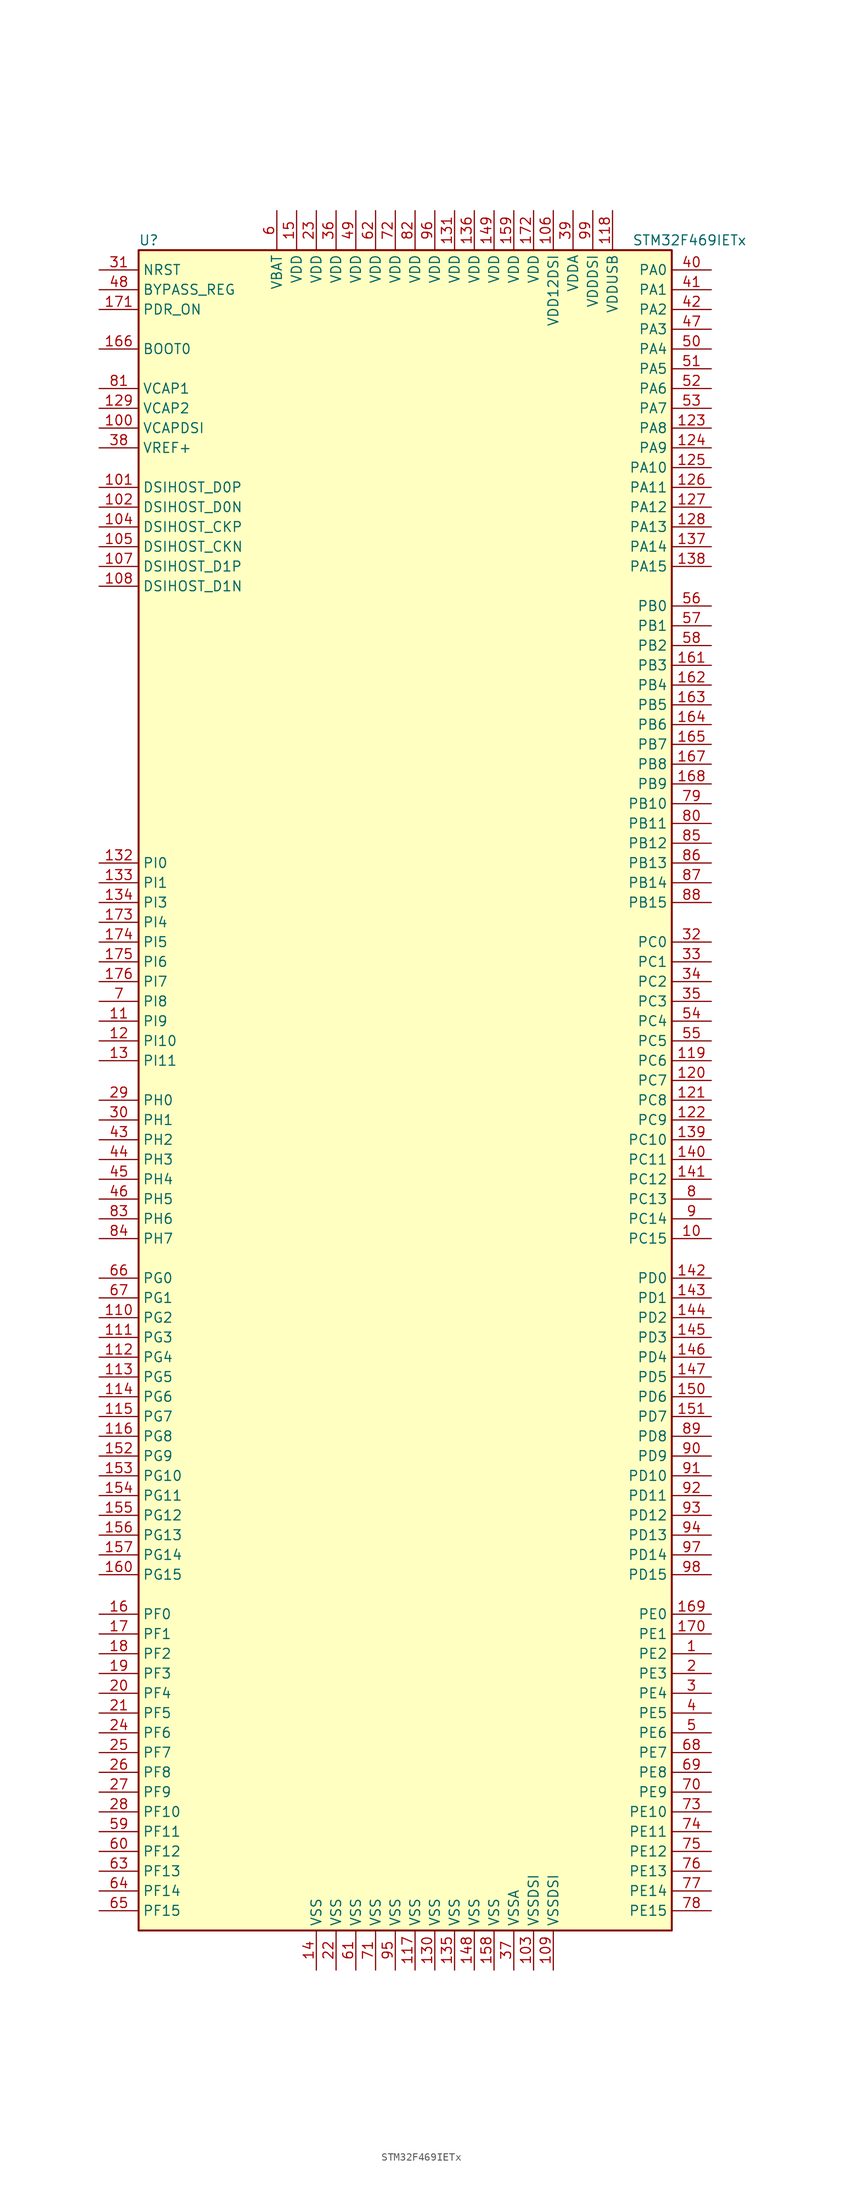
<source format=kicad_sym>
(kicad_symbol_lib
  (version 20201005)
  (generator kicad_symbol_editor)
  (symbol "STM32F469IETx"
    (property "Reference" "U"
      (at -35.56 107.95 0)
      (effects (font (size 1.27 1.27)) (justify left)))
    (property "Value" "STM32F469IETx"
      (at 27.94 107.95 0)
      (effects (font (size 1.27 1.27)) (justify left)))
    (symbol "STM32F469IETx_0_1"
      (rectangle (start -35.56 -109.22) (end 33.02 106.68) (stroke (width 0.254)) (fill (type background))))
    (symbol "STM32F469IETx_1_1"
      (pin bidirectional line (at 38.1 -73.66 180) (length 5.08) (name "PE2" (effects (font (size 1.27 1.27)))) (number "1" (effects (font (size 1.27 1.27)))))
      (pin bidirectional line (at 38.1 -20.32 180) (length 5.08) (name "PC15" (effects (font (size 1.27 1.27)))) (number "10" (effects (font (size 1.27 1.27)))))
      (pin power_in line (at -40.64 83.82 0) (length 5.08) (name "VCAPDSI" (effects (font (size 1.27 1.27)))) (number "100" (effects (font (size 1.27 1.27)))))
      (pin bidirectional line (at -40.64 76.2 0) (length 5.08) (name "DSIHOST_D0P" (effects (font (size 1.27 1.27)))) (number "101" (effects (font (size 1.27 1.27)))))
      (pin bidirectional line (at -40.64 73.66 0) (length 5.08) (name "DSIHOST_D0N" (effects (font (size 1.27 1.27)))) (number "102" (effects (font (size 1.27 1.27)))))
      (pin power_in line (at 15.24 -114.3 90) (length 5.08) (name "VSSDSI" (effects (font (size 1.27 1.27)))) (number "103" (effects (font (size 1.27 1.27)))))
      (pin bidirectional line (at -40.64 71.12 0) (length 5.08) (name "DSIHOST_CKP" (effects (font (size 1.27 1.27)))) (number "104" (effects (font (size 1.27 1.27)))))
      (pin bidirectional line (at -40.64 68.58 0) (length 5.08) (name "DSIHOST_CKN" (effects (font (size 1.27 1.27)))) (number "105" (effects (font (size 1.27 1.27)))))
      (pin power_in line (at 17.78 111.76 270) (length 5.08) (name "VDD12DSI" (effects (font (size 1.27 1.27)))) (number "106" (effects (font (size 1.27 1.27)))))
      (pin bidirectional line (at -40.64 66.04 0) (length 5.08) (name "DSIHOST_D1P" (effects (font (size 1.27 1.27)))) (number "107" (effects (font (size 1.27 1.27)))))
      (pin bidirectional line (at -40.64 63.5 0) (length 5.08) (name "DSIHOST_D1N" (effects (font (size 1.27 1.27)))) (number "108" (effects (font (size 1.27 1.27)))))
      (pin power_in line (at 17.78 -114.3 90) (length 5.08) (name "VSSDSI" (effects (font (size 1.27 1.27)))) (number "109" (effects (font (size 1.27 1.27)))))
      (pin bidirectional line (at -40.64 7.62 0) (length 5.08) (name "PI9" (effects (font (size 1.27 1.27)))) (number "11" (effects (font (size 1.27 1.27)))))
      (pin bidirectional line (at -40.64 -30.48 0) (length 5.08) (name "PG2" (effects (font (size 1.27 1.27)))) (number "110" (effects (font (size 1.27 1.27)))))
      (pin bidirectional line (at -40.64 -33.02 0) (length 5.08) (name "PG3" (effects (font (size 1.27 1.27)))) (number "111" (effects (font (size 1.27 1.27)))))
      (pin bidirectional line (at -40.64 -35.56 0) (length 5.08) (name "PG4" (effects (font (size 1.27 1.27)))) (number "112" (effects (font (size 1.27 1.27)))))
      (pin bidirectional line (at -40.64 -38.1 0) (length 5.08) (name "PG5" (effects (font (size 1.27 1.27)))) (number "113" (effects (font (size 1.27 1.27)))))
      (pin bidirectional line (at -40.64 -40.64 0) (length 5.08) (name "PG6" (effects (font (size 1.27 1.27)))) (number "114" (effects (font (size 1.27 1.27)))))
      (pin bidirectional line (at -40.64 -43.18 0) (length 5.08) (name "PG7" (effects (font (size 1.27 1.27)))) (number "115" (effects (font (size 1.27 1.27)))))
      (pin bidirectional line (at -40.64 -45.72 0) (length 5.08) (name "PG8" (effects (font (size 1.27 1.27)))) (number "116" (effects (font (size 1.27 1.27)))))
      (pin power_in line (at 0 -114.3 90) (length 5.08) (name "VSS" (effects (font (size 1.27 1.27)))) (number "117" (effects (font (size 1.27 1.27)))))
      (pin power_in line (at 25.4 111.76 270) (length 5.08) (name "VDDUSB" (effects (font (size 1.27 1.27)))) (number "118" (effects (font (size 1.27 1.27)))))
      (pin bidirectional line (at 38.1 2.54 180) (length 5.08) (name "PC6" (effects (font (size 1.27 1.27)))) (number "119" (effects (font (size 1.27 1.27)))))
      (pin bidirectional line (at -40.64 5.08 0) (length 5.08) (name "PI10" (effects (font (size 1.27 1.27)))) (number "12" (effects (font (size 1.27 1.27)))))
      (pin bidirectional line (at 38.1 0 180) (length 5.08) (name "PC7" (effects (font (size 1.27 1.27)))) (number "120" (effects (font (size 1.27 1.27)))))
      (pin bidirectional line (at 38.1 -2.54 180) (length 5.08) (name "PC8" (effects (font (size 1.27 1.27)))) (number "121" (effects (font (size 1.27 1.27)))))
      (pin bidirectional line (at 38.1 -5.08 180) (length 5.08) (name "PC9" (effects (font (size 1.27 1.27)))) (number "122" (effects (font (size 1.27 1.27)))))
      (pin bidirectional line (at 38.1 83.82 180) (length 5.08) (name "PA8" (effects (font (size 1.27 1.27)))) (number "123" (effects (font (size 1.27 1.27)))))
      (pin bidirectional line (at 38.1 81.28 180) (length 5.08) (name "PA9" (effects (font (size 1.27 1.27)))) (number "124" (effects (font (size 1.27 1.27)))))
      (pin bidirectional line (at 38.1 78.74 180) (length 5.08) (name "PA10" (effects (font (size 1.27 1.27)))) (number "125" (effects (font (size 1.27 1.27)))))
      (pin bidirectional line (at 38.1 76.2 180) (length 5.08) (name "PA11" (effects (font (size 1.27 1.27)))) (number "126" (effects (font (size 1.27 1.27)))))
      (pin bidirectional line (at 38.1 73.66 180) (length 5.08) (name "PA12" (effects (font (size 1.27 1.27)))) (number "127" (effects (font (size 1.27 1.27)))))
      (pin bidirectional line (at 38.1 71.12 180) (length 5.08) (name "PA13" (effects (font (size 1.27 1.27)))) (number "128" (effects (font (size 1.27 1.27)))))
      (pin power_in line (at -40.64 86.36 0) (length 5.08) (name "VCAP2" (effects (font (size 1.27 1.27)))) (number "129" (effects (font (size 1.27 1.27)))))
      (pin bidirectional line (at -40.64 2.54 0) (length 5.08) (name "PI11" (effects (font (size 1.27 1.27)))) (number "13" (effects (font (size 1.27 1.27)))))
      (pin power_in line (at 2.54 -114.3 90) (length 5.08) (name "VSS" (effects (font (size 1.27 1.27)))) (number "130" (effects (font (size 1.27 1.27)))))
      (pin power_in line (at 5.08 111.76 270) (length 5.08) (name "VDD" (effects (font (size 1.27 1.27)))) (number "131" (effects (font (size 1.27 1.27)))))
      (pin bidirectional line (at -40.64 27.94 0) (length 5.08) (name "PI0" (effects (font (size 1.27 1.27)))) (number "132" (effects (font (size 1.27 1.27)))))
      (pin bidirectional line (at -40.64 25.4 0) (length 5.08) (name "PI1" (effects (font (size 1.27 1.27)))) (number "133" (effects (font (size 1.27 1.27)))))
      (pin bidirectional line (at -40.64 22.86 0) (length 5.08) (name "PI3" (effects (font (size 1.27 1.27)))) (number "134" (effects (font (size 1.27 1.27)))))
      (pin power_in line (at 5.08 -114.3 90) (length 5.08) (name "VSS" (effects (font (size 1.27 1.27)))) (number "135" (effects (font (size 1.27 1.27)))))
      (pin power_in line (at 7.62 111.76 270) (length 5.08) (name "VDD" (effects (font (size 1.27 1.27)))) (number "136" (effects (font (size 1.27 1.27)))))
      (pin bidirectional line (at 38.1 68.58 180) (length 5.08) (name "PA14" (effects (font (size 1.27 1.27)))) (number "137" (effects (font (size 1.27 1.27)))))
      (pin bidirectional line (at 38.1 66.04 180) (length 5.08) (name "PA15" (effects (font (size 1.27 1.27)))) (number "138" (effects (font (size 1.27 1.27)))))
      (pin bidirectional line (at 38.1 -7.62 180) (length 5.08) (name "PC10" (effects (font (size 1.27 1.27)))) (number "139" (effects (font (size 1.27 1.27)))))
      (pin power_in line (at -12.7 -114.3 90) (length 5.08) (name "VSS" (effects (font (size 1.27 1.27)))) (number "14" (effects (font (size 1.27 1.27)))))
      (pin bidirectional line (at 38.1 -10.16 180) (length 5.08) (name "PC11" (effects (font (size 1.27 1.27)))) (number "140" (effects (font (size 1.27 1.27)))))
      (pin bidirectional line (at 38.1 -12.7 180) (length 5.08) (name "PC12" (effects (font (size 1.27 1.27)))) (number "141" (effects (font (size 1.27 1.27)))))
      (pin bidirectional line (at 38.1 -25.4 180) (length 5.08) (name "PD0" (effects (font (size 1.27 1.27)))) (number "142" (effects (font (size 1.27 1.27)))))
      (pin bidirectional line (at 38.1 -27.94 180) (length 5.08) (name "PD1" (effects (font (size 1.27 1.27)))) (number "143" (effects (font (size 1.27 1.27)))))
      (pin bidirectional line (at 38.1 -30.48 180) (length 5.08) (name "PD2" (effects (font (size 1.27 1.27)))) (number "144" (effects (font (size 1.27 1.27)))))
      (pin bidirectional line (at 38.1 -33.02 180) (length 5.08) (name "PD3" (effects (font (size 1.27 1.27)))) (number "145" (effects (font (size 1.27 1.27)))))
      (pin bidirectional line (at 38.1 -35.56 180) (length 5.08) (name "PD4" (effects (font (size 1.27 1.27)))) (number "146" (effects (font (size 1.27 1.27)))))
      (pin bidirectional line (at 38.1 -38.1 180) (length 5.08) (name "PD5" (effects (font (size 1.27 1.27)))) (number "147" (effects (font (size 1.27 1.27)))))
      (pin power_in line (at 7.62 -114.3 90) (length 5.08) (name "VSS" (effects (font (size 1.27 1.27)))) (number "148" (effects (font (size 1.27 1.27)))))
      (pin power_in line (at 10.16 111.76 270) (length 5.08) (name "VDD" (effects (font (size 1.27 1.27)))) (number "149" (effects (font (size 1.27 1.27)))))
      (pin power_in line (at -15.24 111.76 270) (length 5.08) (name "VDD" (effects (font (size 1.27 1.27)))) (number "15" (effects (font (size 1.27 1.27)))))
      (pin bidirectional line (at 38.1 -40.64 180) (length 5.08) (name "PD6" (effects (font (size 1.27 1.27)))) (number "150" (effects (font (size 1.27 1.27)))))
      (pin bidirectional line (at 38.1 -43.18 180) (length 5.08) (name "PD7" (effects (font (size 1.27 1.27)))) (number "151" (effects (font (size 1.27 1.27)))))
      (pin bidirectional line (at -40.64 -48.26 0) (length 5.08) (name "PG9" (effects (font (size 1.27 1.27)))) (number "152" (effects (font (size 1.27 1.27)))))
      (pin bidirectional line (at -40.64 -50.8 0) (length 5.08) (name "PG10" (effects (font (size 1.27 1.27)))) (number "153" (effects (font (size 1.27 1.27)))))
      (pin bidirectional line (at -40.64 -53.34 0) (length 5.08) (name "PG11" (effects (font (size 1.27 1.27)))) (number "154" (effects (font (size 1.27 1.27)))))
      (pin bidirectional line (at -40.64 -55.88 0) (length 5.08) (name "PG12" (effects (font (size 1.27 1.27)))) (number "155" (effects (font (size 1.27 1.27)))))
      (pin bidirectional line (at -40.64 -58.42 0) (length 5.08) (name "PG13" (effects (font (size 1.27 1.27)))) (number "156" (effects (font (size 1.27 1.27)))))
      (pin bidirectional line (at -40.64 -60.96 0) (length 5.08) (name "PG14" (effects (font (size 1.27 1.27)))) (number "157" (effects (font (size 1.27 1.27)))))
      (pin power_in line (at 10.16 -114.3 90) (length 5.08) (name "VSS" (effects (font (size 1.27 1.27)))) (number "158" (effects (font (size 1.27 1.27)))))
      (pin power_in line (at 12.7 111.76 270) (length 5.08) (name "VDD" (effects (font (size 1.27 1.27)))) (number "159" (effects (font (size 1.27 1.27)))))
      (pin bidirectional line (at -40.64 -68.58 0) (length 5.08) (name "PF0" (effects (font (size 1.27 1.27)))) (number "16" (effects (font (size 1.27 1.27)))))
      (pin bidirectional line (at -40.64 -63.5 0) (length 5.08) (name "PG15" (effects (font (size 1.27 1.27)))) (number "160" (effects (font (size 1.27 1.27)))))
      (pin bidirectional line (at 38.1 53.34 180) (length 5.08) (name "PB3" (effects (font (size 1.27 1.27)))) (number "161" (effects (font (size 1.27 1.27)))))
      (pin bidirectional line (at 38.1 50.8 180) (length 5.08) (name "PB4" (effects (font (size 1.27 1.27)))) (number "162" (effects (font (size 1.27 1.27)))))
      (pin bidirectional line (at 38.1 48.26 180) (length 5.08) (name "PB5" (effects (font (size 1.27 1.27)))) (number "163" (effects (font (size 1.27 1.27)))))
      (pin bidirectional line (at 38.1 45.72 180) (length 5.08) (name "PB6" (effects (font (size 1.27 1.27)))) (number "164" (effects (font (size 1.27 1.27)))))
      (pin bidirectional line (at 38.1 43.18 180) (length 5.08) (name "PB7" (effects (font (size 1.27 1.27)))) (number "165" (effects (font (size 1.27 1.27)))))
      (pin input line (at -40.64 93.98 0) (length 5.08) (name "BOOT0" (effects (font (size 1.27 1.27)))) (number "166" (effects (font (size 1.27 1.27)))))
      (pin bidirectional line (at 38.1 40.64 180) (length 5.08) (name "PB8" (effects (font (size 1.27 1.27)))) (number "167" (effects (font (size 1.27 1.27)))))
      (pin bidirectional line (at 38.1 38.1 180) (length 5.08) (name "PB9" (effects (font (size 1.27 1.27)))) (number "168" (effects (font (size 1.27 1.27)))))
      (pin bidirectional line (at 38.1 -68.58 180) (length 5.08) (name "PE0" (effects (font (size 1.27 1.27)))) (number "169" (effects (font (size 1.27 1.27)))))
      (pin bidirectional line (at -40.64 -71.12 0) (length 5.08) (name "PF1" (effects (font (size 1.27 1.27)))) (number "17" (effects (font (size 1.27 1.27)))))
      (pin bidirectional line (at 38.1 -71.12 180) (length 5.08) (name "PE1" (effects (font (size 1.27 1.27)))) (number "170" (effects (font (size 1.27 1.27)))))
      (pin input line (at -40.64 99.06 0) (length 5.08) (name "PDR_ON" (effects (font (size 1.27 1.27)))) (number "171" (effects (font (size 1.27 1.27)))))
      (pin power_in line (at 15.24 111.76 270) (length 5.08) (name "VDD" (effects (font (size 1.27 1.27)))) (number "172" (effects (font (size 1.27 1.27)))))
      (pin bidirectional line (at -40.64 20.32 0) (length 5.08) (name "PI4" (effects (font (size 1.27 1.27)))) (number "173" (effects (font (size 1.27 1.27)))))
      (pin bidirectional line (at -40.64 17.78 0) (length 5.08) (name "PI5" (effects (font (size 1.27 1.27)))) (number "174" (effects (font (size 1.27 1.27)))))
      (pin bidirectional line (at -40.64 15.24 0) (length 5.08) (name "PI6" (effects (font (size 1.27 1.27)))) (number "175" (effects (font (size 1.27 1.27)))))
      (pin bidirectional line (at -40.64 12.7 0) (length 5.08) (name "PI7" (effects (font (size 1.27 1.27)))) (number "176" (effects (font (size 1.27 1.27)))))
      (pin bidirectional line (at -40.64 -73.66 0) (length 5.08) (name "PF2" (effects (font (size 1.27 1.27)))) (number "18" (effects (font (size 1.27 1.27)))))
      (pin bidirectional line (at -40.64 -76.2 0) (length 5.08) (name "PF3" (effects (font (size 1.27 1.27)))) (number "19" (effects (font (size 1.27 1.27)))))
      (pin bidirectional line (at 38.1 -76.2 180) (length 5.08) (name "PE3" (effects (font (size 1.27 1.27)))) (number "2" (effects (font (size 1.27 1.27)))))
      (pin bidirectional line (at -40.64 -78.74 0) (length 5.08) (name "PF4" (effects (font (size 1.27 1.27)))) (number "20" (effects (font (size 1.27 1.27)))))
      (pin bidirectional line (at -40.64 -81.28 0) (length 5.08) (name "PF5" (effects (font (size 1.27 1.27)))) (number "21" (effects (font (size 1.27 1.27)))))
      (pin power_in line (at -10.16 -114.3 90) (length 5.08) (name "VSS" (effects (font (size 1.27 1.27)))) (number "22" (effects (font (size 1.27 1.27)))))
      (pin power_in line (at -12.7 111.76 270) (length 5.08) (name "VDD" (effects (font (size 1.27 1.27)))) (number "23" (effects (font (size 1.27 1.27)))))
      (pin bidirectional line (at -40.64 -83.82 0) (length 5.08) (name "PF6" (effects (font (size 1.27 1.27)))) (number "24" (effects (font (size 1.27 1.27)))))
      (pin bidirectional line (at -40.64 -86.36 0) (length 5.08) (name "PF7" (effects (font (size 1.27 1.27)))) (number "25" (effects (font (size 1.27 1.27)))))
      (pin bidirectional line (at -40.64 -88.9 0) (length 5.08) (name "PF8" (effects (font (size 1.27 1.27)))) (number "26" (effects (font (size 1.27 1.27)))))
      (pin bidirectional line (at -40.64 -91.44 0) (length 5.08) (name "PF9" (effects (font (size 1.27 1.27)))) (number "27" (effects (font (size 1.27 1.27)))))
      (pin bidirectional line (at -40.64 -93.98 0) (length 5.08) (name "PF10" (effects (font (size 1.27 1.27)))) (number "28" (effects (font (size 1.27 1.27)))))
      (pin input line (at -40.64 -2.54 0) (length 5.08) (name "PH0" (effects (font (size 1.27 1.27)))) (number "29" (effects (font (size 1.27 1.27)))))
      (pin bidirectional line (at 38.1 -78.74 180) (length 5.08) (name "PE4" (effects (font (size 1.27 1.27)))) (number "3" (effects (font (size 1.27 1.27)))))
      (pin input line (at -40.64 -5.08 0) (length 5.08) (name "PH1" (effects (font (size 1.27 1.27)))) (number "30" (effects (font (size 1.27 1.27)))))
      (pin input line (at -40.64 104.14 0) (length 5.08) (name "NRST" (effects (font (size 1.27 1.27)))) (number "31" (effects (font (size 1.27 1.27)))))
      (pin bidirectional line (at 38.1 17.78 180) (length 5.08) (name "PC0" (effects (font (size 1.27 1.27)))) (number "32" (effects (font (size 1.27 1.27)))))
      (pin bidirectional line (at 38.1 15.24 180) (length 5.08) (name "PC1" (effects (font (size 1.27 1.27)))) (number "33" (effects (font (size 1.27 1.27)))))
      (pin bidirectional line (at 38.1 12.7 180) (length 5.08) (name "PC2" (effects (font (size 1.27 1.27)))) (number "34" (effects (font (size 1.27 1.27)))))
      (pin bidirectional line (at 38.1 10.16 180) (length 5.08) (name "PC3" (effects (font (size 1.27 1.27)))) (number "35" (effects (font (size 1.27 1.27)))))
      (pin power_in line (at -10.16 111.76 270) (length 5.08) (name "VDD" (effects (font (size 1.27 1.27)))) (number "36" (effects (font (size 1.27 1.27)))))
      (pin power_in line (at 12.7 -114.3 90) (length 5.08) (name "VSSA" (effects (font (size 1.27 1.27)))) (number "37" (effects (font (size 1.27 1.27)))))
      (pin power_in line (at -40.64 81.28 0) (length 5.08) (name "VREF+" (effects (font (size 1.27 1.27)))) (number "38" (effects (font (size 1.27 1.27)))))
      (pin power_in line (at 20.32 111.76 270) (length 5.08) (name "VDDA" (effects (font (size 1.27 1.27)))) (number "39" (effects (font (size 1.27 1.27)))))
      (pin bidirectional line (at 38.1 -81.28 180) (length 5.08) (name "PE5" (effects (font (size 1.27 1.27)))) (number "4" (effects (font (size 1.27 1.27)))))
      (pin bidirectional line (at 38.1 104.14 180) (length 5.08) (name "PA0" (effects (font (size 1.27 1.27)))) (number "40" (effects (font (size 1.27 1.27)))))
      (pin bidirectional line (at 38.1 101.6 180) (length 5.08) (name "PA1" (effects (font (size 1.27 1.27)))) (number "41" (effects (font (size 1.27 1.27)))))
      (pin bidirectional line (at 38.1 99.06 180) (length 5.08) (name "PA2" (effects (font (size 1.27 1.27)))) (number "42" (effects (font (size 1.27 1.27)))))
      (pin bidirectional line (at -40.64 -7.62 0) (length 5.08) (name "PH2" (effects (font (size 1.27 1.27)))) (number "43" (effects (font (size 1.27 1.27)))))
      (pin bidirectional line (at -40.64 -10.16 0) (length 5.08) (name "PH3" (effects (font (size 1.27 1.27)))) (number "44" (effects (font (size 1.27 1.27)))))
      (pin bidirectional line (at -40.64 -12.7 0) (length 5.08) (name "PH4" (effects (font (size 1.27 1.27)))) (number "45" (effects (font (size 1.27 1.27)))))
      (pin bidirectional line (at -40.64 -15.24 0) (length 5.08) (name "PH5" (effects (font (size 1.27 1.27)))) (number "46" (effects (font (size 1.27 1.27)))))
      (pin bidirectional line (at 38.1 96.52 180) (length 5.08) (name "PA3" (effects (font (size 1.27 1.27)))) (number "47" (effects (font (size 1.27 1.27)))))
      (pin input line (at -40.64 101.6 0) (length 5.08) (name "BYPASS_REG" (effects (font (size 1.27 1.27)))) (number "48" (effects (font (size 1.27 1.27)))))
      (pin power_in line (at -7.62 111.76 270) (length 5.08) (name "VDD" (effects (font (size 1.27 1.27)))) (number "49" (effects (font (size 1.27 1.27)))))
      (pin bidirectional line (at 38.1 -83.82 180) (length 5.08) (name "PE6" (effects (font (size 1.27 1.27)))) (number "5" (effects (font (size 1.27 1.27)))))
      (pin bidirectional line (at 38.1 93.98 180) (length 5.08) (name "PA4" (effects (font (size 1.27 1.27)))) (number "50" (effects (font (size 1.27 1.27)))))
      (pin bidirectional line (at 38.1 91.44 180) (length 5.08) (name "PA5" (effects (font (size 1.27 1.27)))) (number "51" (effects (font (size 1.27 1.27)))))
      (pin bidirectional line (at 38.1 88.9 180) (length 5.08) (name "PA6" (effects (font (size 1.27 1.27)))) (number "52" (effects (font (size 1.27 1.27)))))
      (pin bidirectional line (at 38.1 86.36 180) (length 5.08) (name "PA7" (effects (font (size 1.27 1.27)))) (number "53" (effects (font (size 1.27 1.27)))))
      (pin bidirectional line (at 38.1 7.62 180) (length 5.08) (name "PC4" (effects (font (size 1.27 1.27)))) (number "54" (effects (font (size 1.27 1.27)))))
      (pin bidirectional line (at 38.1 5.08 180) (length 5.08) (name "PC5" (effects (font (size 1.27 1.27)))) (number "55" (effects (font (size 1.27 1.27)))))
      (pin bidirectional line (at 38.1 60.96 180) (length 5.08) (name "PB0" (effects (font (size 1.27 1.27)))) (number "56" (effects (font (size 1.27 1.27)))))
      (pin bidirectional line (at 38.1 58.42 180) (length 5.08) (name "PB1" (effects (font (size 1.27 1.27)))) (number "57" (effects (font (size 1.27 1.27)))))
      (pin bidirectional line (at 38.1 55.88 180) (length 5.08) (name "PB2" (effects (font (size 1.27 1.27)))) (number "58" (effects (font (size 1.27 1.27)))))
      (pin bidirectional line (at -40.64 -96.52 0) (length 5.08) (name "PF11" (effects (font (size 1.27 1.27)))) (number "59" (effects (font (size 1.27 1.27)))))
      (pin power_in line (at -17.78 111.76 270) (length 5.08) (name "VBAT" (effects (font (size 1.27 1.27)))) (number "6" (effects (font (size 1.27 1.27)))))
      (pin bidirectional line (at -40.64 -99.06 0) (length 5.08) (name "PF12" (effects (font (size 1.27 1.27)))) (number "60" (effects (font (size 1.27 1.27)))))
      (pin power_in line (at -7.62 -114.3 90) (length 5.08) (name "VSS" (effects (font (size 1.27 1.27)))) (number "61" (effects (font (size 1.27 1.27)))))
      (pin power_in line (at -5.08 111.76 270) (length 5.08) (name "VDD" (effects (font (size 1.27 1.27)))) (number "62" (effects (font (size 1.27 1.27)))))
      (pin bidirectional line (at -40.64 -101.6 0) (length 5.08) (name "PF13" (effects (font (size 1.27 1.27)))) (number "63" (effects (font (size 1.27 1.27)))))
      (pin bidirectional line (at -40.64 -104.14 0) (length 5.08) (name "PF14" (effects (font (size 1.27 1.27)))) (number "64" (effects (font (size 1.27 1.27)))))
      (pin bidirectional line (at -40.64 -106.68 0) (length 5.08) (name "PF15" (effects (font (size 1.27 1.27)))) (number "65" (effects (font (size 1.27 1.27)))))
      (pin bidirectional line (at -40.64 -25.4 0) (length 5.08) (name "PG0" (effects (font (size 1.27 1.27)))) (number "66" (effects (font (size 1.27 1.27)))))
      (pin bidirectional line (at -40.64 -27.94 0) (length 5.08) (name "PG1" (effects (font (size 1.27 1.27)))) (number "67" (effects (font (size 1.27 1.27)))))
      (pin bidirectional line (at 38.1 -86.36 180) (length 5.08) (name "PE7" (effects (font (size 1.27 1.27)))) (number "68" (effects (font (size 1.27 1.27)))))
      (pin bidirectional line (at 38.1 -88.9 180) (length 5.08) (name "PE8" (effects (font (size 1.27 1.27)))) (number "69" (effects (font (size 1.27 1.27)))))
      (pin bidirectional line (at -40.64 10.16 0) (length 5.08) (name "PI8" (effects (font (size 1.27 1.27)))) (number "7" (effects (font (size 1.27 1.27)))))
      (pin bidirectional line (at 38.1 -91.44 180) (length 5.08) (name "PE9" (effects (font (size 1.27 1.27)))) (number "70" (effects (font (size 1.27 1.27)))))
      (pin power_in line (at -5.08 -114.3 90) (length 5.08) (name "VSS" (effects (font (size 1.27 1.27)))) (number "71" (effects (font (size 1.27 1.27)))))
      (pin power_in line (at -2.54 111.76 270) (length 5.08) (name "VDD" (effects (font (size 1.27 1.27)))) (number "72" (effects (font (size 1.27 1.27)))))
      (pin bidirectional line (at 38.1 -93.98 180) (length 5.08) (name "PE10" (effects (font (size 1.27 1.27)))) (number "73" (effects (font (size 1.27 1.27)))))
      (pin bidirectional line (at 38.1 -96.52 180) (length 5.08) (name "PE11" (effects (font (size 1.27 1.27)))) (number "74" (effects (font (size 1.27 1.27)))))
      (pin bidirectional line (at 38.1 -99.06 180) (length 5.08) (name "PE12" (effects (font (size 1.27 1.27)))) (number "75" (effects (font (size 1.27 1.27)))))
      (pin bidirectional line (at 38.1 -101.6 180) (length 5.08) (name "PE13" (effects (font (size 1.27 1.27)))) (number "76" (effects (font (size 1.27 1.27)))))
      (pin bidirectional line (at 38.1 -104.14 180) (length 5.08) (name "PE14" (effects (font (size 1.27 1.27)))) (number "77" (effects (font (size 1.27 1.27)))))
      (pin bidirectional line (at 38.1 -106.68 180) (length 5.08) (name "PE15" (effects (font (size 1.27 1.27)))) (number "78" (effects (font (size 1.27 1.27)))))
      (pin bidirectional line (at 38.1 35.56 180) (length 5.08) (name "PB10" (effects (font (size 1.27 1.27)))) (number "79" (effects (font (size 1.27 1.27)))))
      (pin bidirectional line (at 38.1 -15.24 180) (length 5.08) (name "PC13" (effects (font (size 1.27 1.27)))) (number "8" (effects (font (size 1.27 1.27)))))
      (pin bidirectional line (at 38.1 33.02 180) (length 5.08) (name "PB11" (effects (font (size 1.27 1.27)))) (number "80" (effects (font (size 1.27 1.27)))))
      (pin power_in line (at -40.64 88.9 0) (length 5.08) (name "VCAP1" (effects (font (size 1.27 1.27)))) (number "81" (effects (font (size 1.27 1.27)))))
      (pin power_in line (at 0 111.76 270) (length 5.08) (name "VDD" (effects (font (size 1.27 1.27)))) (number "82" (effects (font (size 1.27 1.27)))))
      (pin bidirectional line (at -40.64 -17.78 0) (length 5.08) (name "PH6" (effects (font (size 1.27 1.27)))) (number "83" (effects (font (size 1.27 1.27)))))
      (pin bidirectional line (at -40.64 -20.32 0) (length 5.08) (name "PH7" (effects (font (size 1.27 1.27)))) (number "84" (effects (font (size 1.27 1.27)))))
      (pin bidirectional line (at 38.1 30.48 180) (length 5.08) (name "PB12" (effects (font (size 1.27 1.27)))) (number "85" (effects (font (size 1.27 1.27)))))
      (pin bidirectional line (at 38.1 27.94 180) (length 5.08) (name "PB13" (effects (font (size 1.27 1.27)))) (number "86" (effects (font (size 1.27 1.27)))))
      (pin bidirectional line (at 38.1 25.4 180) (length 5.08) (name "PB14" (effects (font (size 1.27 1.27)))) (number "87" (effects (font (size 1.27 1.27)))))
      (pin bidirectional line (at 38.1 22.86 180) (length 5.08) (name "PB15" (effects (font (size 1.27 1.27)))) (number "88" (effects (font (size 1.27 1.27)))))
      (pin bidirectional line (at 38.1 -45.72 180) (length 5.08) (name "PD8" (effects (font (size 1.27 1.27)))) (number "89" (effects (font (size 1.27 1.27)))))
      (pin bidirectional line (at 38.1 -17.78 180) (length 5.08) (name "PC14" (effects (font (size 1.27 1.27)))) (number "9" (effects (font (size 1.27 1.27)))))
      (pin bidirectional line (at 38.1 -48.26 180) (length 5.08) (name "PD9" (effects (font (size 1.27 1.27)))) (number "90" (effects (font (size 1.27 1.27)))))
      (pin bidirectional line (at 38.1 -50.8 180) (length 5.08) (name "PD10" (effects (font (size 1.27 1.27)))) (number "91" (effects (font (size 1.27 1.27)))))
      (pin bidirectional line (at 38.1 -53.34 180) (length 5.08) (name "PD11" (effects (font (size 1.27 1.27)))) (number "92" (effects (font (size 1.27 1.27)))))
      (pin bidirectional line (at 38.1 -55.88 180) (length 5.08) (name "PD12" (effects (font (size 1.27 1.27)))) (number "93" (effects (font (size 1.27 1.27)))))
      (pin bidirectional line (at 38.1 -58.42 180) (length 5.08) (name "PD13" (effects (font (size 1.27 1.27)))) (number "94" (effects (font (size 1.27 1.27)))))
      (pin power_in line (at -2.54 -114.3 90) (length 5.08) (name "VSS" (effects (font (size 1.27 1.27)))) (number "95" (effects (font (size 1.27 1.27)))))
      (pin power_in line (at 2.54 111.76 270) (length 5.08) (name "VDD" (effects (font (size 1.27 1.27)))) (number "96" (effects (font (size 1.27 1.27)))))
      (pin bidirectional line (at 38.1 -60.96 180) (length 5.08) (name "PD14" (effects (font (size 1.27 1.27)))) (number "97" (effects (font (size 1.27 1.27)))))
      (pin bidirectional line (at 38.1 -63.5 180) (length 5.08) (name "PD15" (effects (font (size 1.27 1.27)))) (number "98" (effects (font (size 1.27 1.27)))))
      (pin power_in line (at 22.86 111.76 270) (length 5.08) (name "VDDDSI" (effects (font (size 1.27 1.27)))) (number "99" (effects (font (size 1.27 1.27))))))))
</source>
